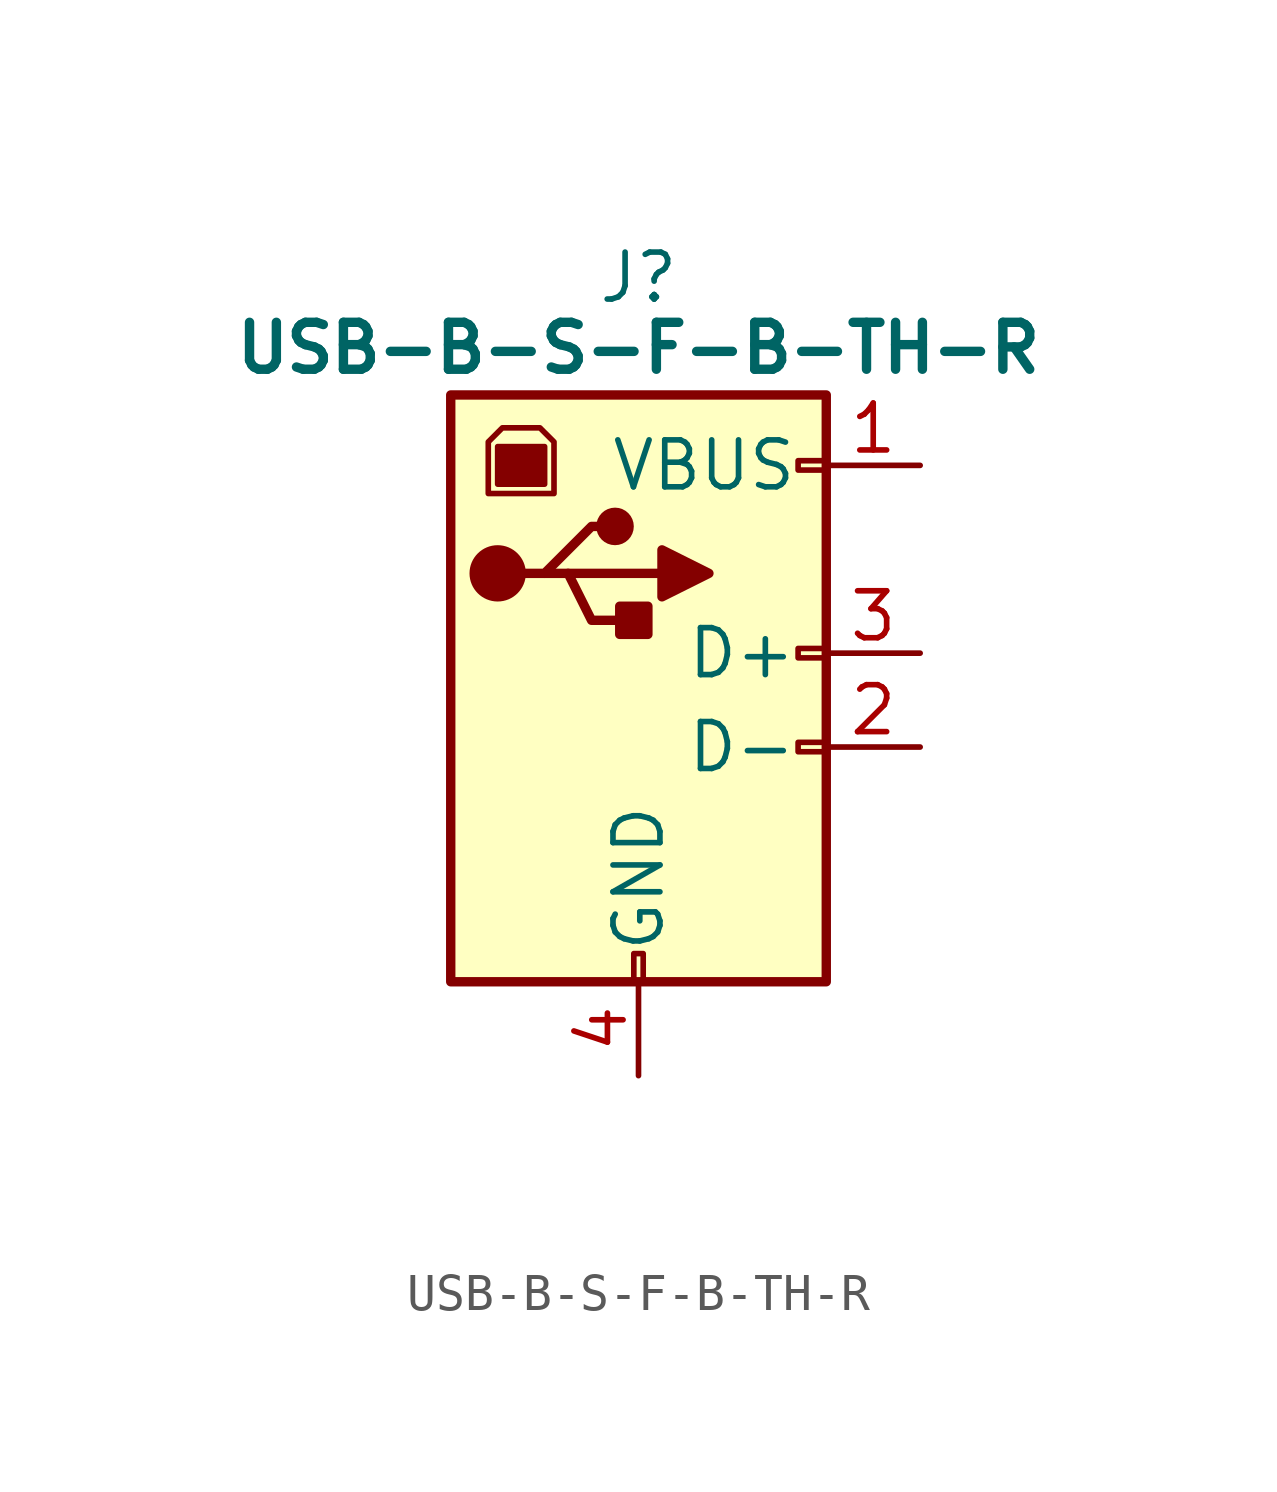
<source format=kicad_sym>
(kicad_symbol_lib
  (version 20220914)
  (generator kicad_symbol_editor)
  (symbol "USB-B-S-F-B-TH-R"
    (pin_names
      (offset 0.762))
    (property "Reference" "J"
      (at -7.62 5.08 0)
      (effects (font (size 1.27 1.27))))
    (property "Value" "USB-B-S-F-B-TH-R"
      (at -7.62 3.175 0)
      (effects (font (size 1.27 1.27) bold)))
    (symbol "USB-B-S-F-B-TH-R_0_1"
      (rectangle (start -12.7 1.905) (end -2.54 -13.97) (stroke (width 0.254) (type default)) (fill (type background)))
      (circle (center -11.43 -2.921) (radius 0.635) (stroke (width 0.254) (type default)) (fill (type outline)))
      (rectangle (start -11.43 0.508) (end -10.16 -0.508) (stroke (width 0) (type default)) (fill (type outline)))
      (circle (center -8.255 -1.651) (radius 0.381) (stroke (width 0.254) (type default)) (fill (type outline)))
      (rectangle (start -7.747 -13.208) (end -7.493 -13.97) (stroke (width 0) (type default)) (fill (type none)))
      (rectangle (start -7.366 -3.81) (end -8.128 -4.572) (stroke (width 0.254) (type default)) (fill (type outline)))
      (rectangle (start -2.54 -7.747) (end -3.302 -7.493) (stroke (width 0) (type default)) (fill (type none)))
      (rectangle (start -2.54 -5.207) (end -3.302 -4.953) (stroke (width 0) (type default)) (fill (type none)))
      (rectangle (start -2.54 -0.127) (end -3.302 0.127) (stroke (width 0) (type default)) (fill (type none)))
      (polyline (pts (xy -9.525 -2.921) (xy -6.985 -2.921)) (stroke (width 0.254) (type default)) (fill (type none)))
      (polyline (pts (xy -10.795 -2.921) (xy -10.16 -2.921) (xy -8.89 -1.651) (xy -8.255 -1.651)) (stroke (width 0.254) (type default)) (fill (type none)))
      (polyline (pts (xy -10.16 -2.921) (xy -9.525 -2.921) (xy -8.89 -4.191) (xy -7.62 -4.191)) (stroke (width 0.254) (type default)) (fill (type none)))
      (polyline (pts (xy -6.985 -2.286) (xy -6.985 -3.556) (xy -5.715 -2.921) (xy -6.985 -2.286)) (stroke (width 0.254) (type default)) (fill (type outline)))
      (polyline (pts (xy -11.684 -0.762) (xy -9.906 -0.762) (xy -9.906 0.635) (xy -10.287 1.016) (xy -11.303 1.016) (xy -11.684 0.635) (xy -11.684 -0.762)) (stroke (width 0) (type default)) (fill (type none))))
    (symbol "USB-B-S-F-B-TH-R_1_0"
      (pin no_connect line (at -10.16 -19.05 90) (length 5.08) hide (name "MH1" (effects (font (size 1.27 1.27)))) (number "MH1" (effects (font (size 1.27 1.27)))))
      (pin no_connect line (at -5.08 -19.05 90) (length 5.08) hide (name "MH2" (effects (font (size 1.27 1.27)))) (number "MH2" (effects (font (size 1.27 1.27))))))
    (symbol "USB-B-S-F-B-TH-R_1_1"
      (pin power_out line (at 0 0 180) (length 2.54) (name "VBUS" (effects (font (size 1.27 1.27)))) (number "1" (effects (font (size 1.27 1.27)))))
      (pin bidirectional line (at 0 -7.62 180) (length 2.54) (name "D-" (effects (font (size 1.27 1.27)))) (number "2" (effects (font (size 1.27 1.27)))))
      (pin bidirectional line (at 0 -5.08 180) (length 2.54) (name "D+" (effects (font (size 1.27 1.27)))) (number "3" (effects (font (size 1.27 1.27)))))
      (pin power_out line (at -7.62 -16.51 90) (length 2.54) (name "GND" (effects (font (size 1.27 1.27)))) (number "4" (effects (font (size 1.27 1.27))))))))
</source>
